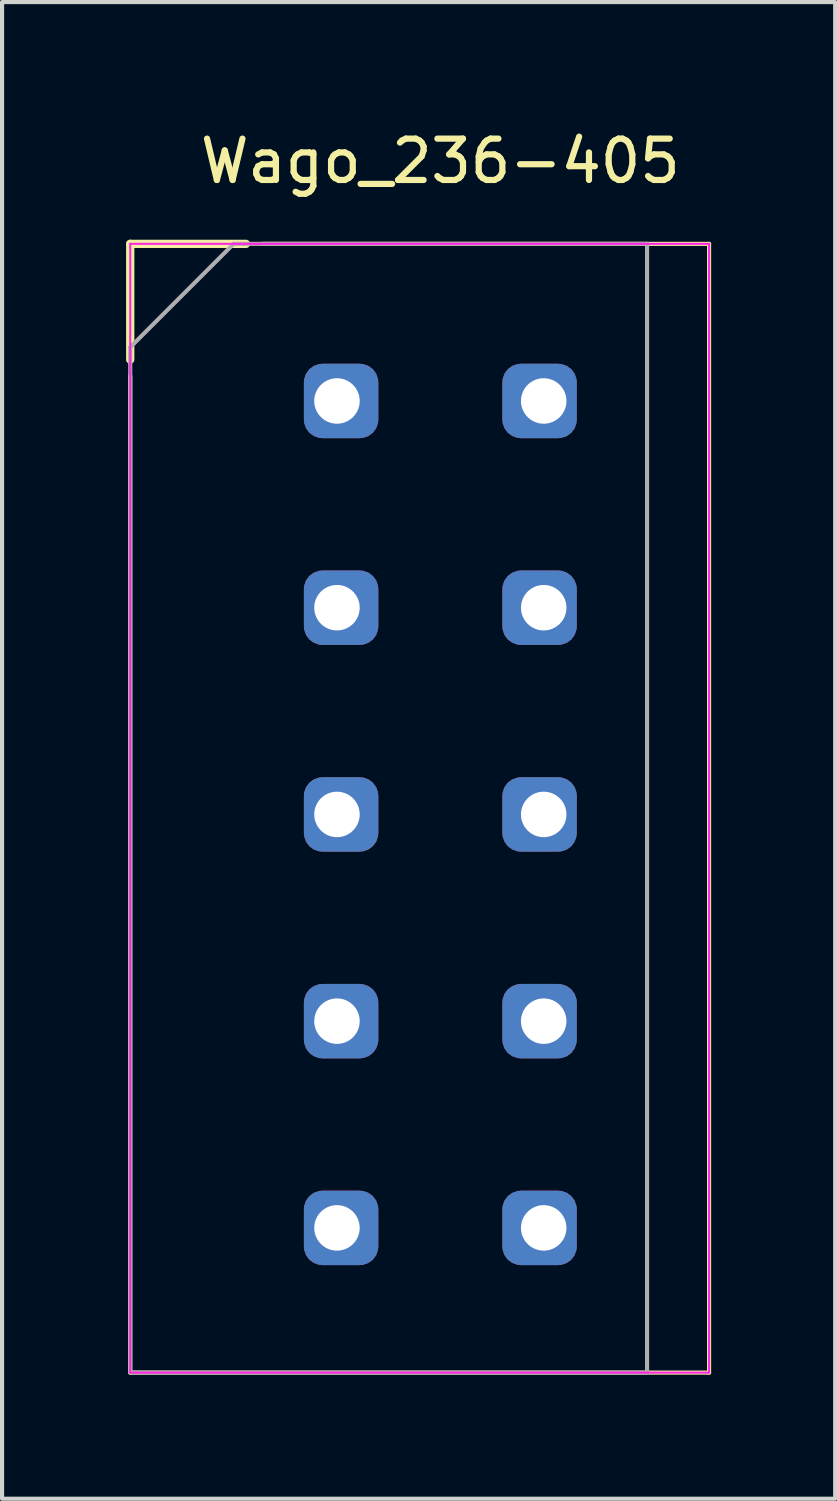
<source format=kicad_pcb>
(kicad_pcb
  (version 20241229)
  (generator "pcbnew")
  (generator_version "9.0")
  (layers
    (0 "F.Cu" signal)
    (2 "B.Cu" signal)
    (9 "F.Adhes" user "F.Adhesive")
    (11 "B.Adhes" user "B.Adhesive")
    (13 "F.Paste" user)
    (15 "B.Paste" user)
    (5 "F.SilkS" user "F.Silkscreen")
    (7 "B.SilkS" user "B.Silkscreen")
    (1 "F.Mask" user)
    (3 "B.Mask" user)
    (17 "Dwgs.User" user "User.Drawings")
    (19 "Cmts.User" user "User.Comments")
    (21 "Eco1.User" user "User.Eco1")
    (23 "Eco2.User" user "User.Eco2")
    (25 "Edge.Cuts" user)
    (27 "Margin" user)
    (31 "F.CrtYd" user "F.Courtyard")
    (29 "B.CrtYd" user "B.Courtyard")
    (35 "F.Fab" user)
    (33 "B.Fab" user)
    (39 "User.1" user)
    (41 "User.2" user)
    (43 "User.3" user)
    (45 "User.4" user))
  (footprint "Wago_236-405"
    (layer "F.Cu")
    (at 7.6 6.648)
    (property "Reference" "Wago_236-405" (at 0 -5.8 0) (layer "F.SilkS") (effects (font (size 1 1) (thickness 0.15))))
    (attr through_hole)
    (fp_line (start -7.5 -3.8) (end -7.5 -1) (stroke (width 0.2) (type solid)) (layer "F.SilkS"))
    (fp_line (start -7.5 -3.8) (end -4.7 -3.8) (stroke (width 0.2) (type solid)) (layer "F.SilkS"))
    (fp_line (start -7.5 23.5) (end -7.5 -0.6) (stroke (width 0.1) (type solid)) (layer "F.SilkS"))
    (fp_line (start -4.3 -3.8) (end 6.5 -3.8) (stroke (width 0.1) (type solid)) (layer "F.SilkS"))
    (fp_line (start 6.5 -3.8) (end 6.5 23.5) (stroke (width 0.1) (type solid)) (layer "F.SilkS"))
    (fp_line (start 6.5 23.5) (end -7.5 23.5) (stroke (width 0.1) (type solid)) (layer "F.SilkS"))
    (fp_line (start -7.5 -3.8) (end 6.5 -3.8) (stroke (width 0.05) (type solid)) (layer "F.CrtYd"))
    (fp_line (start -7.5 23.5) (end -7.5 -3.8) (stroke (width 0.05) (type solid)) (layer "F.CrtYd"))
    (fp_line (start 6.5 -3.8) (end 6.5 23.5) (stroke (width 0.05) (type solid)) (layer "F.CrtYd"))
    (fp_line (start 6.5 23.5) (end -7.5 23.5) (stroke (width 0.05) (type solid)) (layer "F.CrtYd"))
    (fp_line (start -7.5 -1.3) (end -5 -3.8) (stroke (width 0.1) (type solid)) (layer "F.Fab"))
    (fp_line (start -7.5 23.5) (end -7.5 -1.3) (stroke (width 0.1) (type solid)) (layer "F.Fab"))
    (fp_line (start -5 -3.8) (end 5 -3.8) (stroke (width 0.1) (type solid)) (layer "F.Fab"))
    (fp_line (start 5 -3.8) (end 5 23.5) (stroke (width 0.1) (type solid)) (layer "F.Fab"))
    (fp_line (start 5 23.5) (end -7.5 23.5) (stroke (width 0.1) (type solid)) (layer "F.Fab"))
    (pad "1" thru_hole roundrect (at -2.5 0) (size 1.8 1.8) (drill 1.1 (offset 0.1 0)) (layers "*.Cu" "*.Mask") (roundrect_rratio 0.25))
    (pad "1" thru_hole roundrect (at 2.5 0) (size 1.8 1.8) (drill 1.1 (offset -0.1 0)) (layers "*.Cu" "*.Mask") (roundrect_rratio 0.25))
    (pad "2" thru_hole roundrect (at -2.5 5) (size 1.8 1.8) (drill 1.1 (offset 0.1 0)) (layers "*.Cu" "*.Mask") (roundrect_rratio 0.25))
    (pad "2" thru_hole roundrect (at 2.5 5) (size 1.8 1.8) (drill 1.1 (offset -0.1 0)) (layers "*.Cu" "*.Mask") (roundrect_rratio 0.25))
    (pad "3" thru_hole roundrect (at -2.5 10) (size 1.8 1.8) (drill 1.1 (offset 0.1 0)) (layers "*.Cu" "*.Mask") (roundrect_rratio 0.25))
    (pad "3" thru_hole roundrect (at 2.5 10) (size 1.8 1.8) (drill 1.1 (offset -0.1 0)) (layers "*.Cu" "*.Mask") (roundrect_rratio 0.25))
    (pad "4" thru_hole roundrect (at -2.5 15) (size 1.8 1.8) (drill 1.1 (offset 0.1 0)) (layers "*.Cu" "*.Mask") (roundrect_rratio 0.25))
    (pad "4" thru_hole roundrect (at 2.5 15) (size 1.8 1.8) (drill 1.1 (offset -0.1 0)) (layers "*.Cu" "*.Mask") (roundrect_rratio 0.25))
    (pad "5" thru_hole roundrect (at -2.5 20) (size 1.8 1.8) (drill 1.1 (offset 0.1 0)) (layers "*.Cu" "*.Mask") (roundrect_rratio 0.25))
    (pad "5" thru_hole roundrect (at 2.5 20) (size 1.8 1.8) (drill 1.1 (offset -0.1 0)) (layers "*.Cu" "*.Mask") (roundrect_rratio 0.25)))
  (gr_rect
    (start -3 -3)
    (end 17.15 33.198)
    (stroke (width 0.1) (type default))
    (fill no)
    (layer "Edge.Cuts")))
</source>
